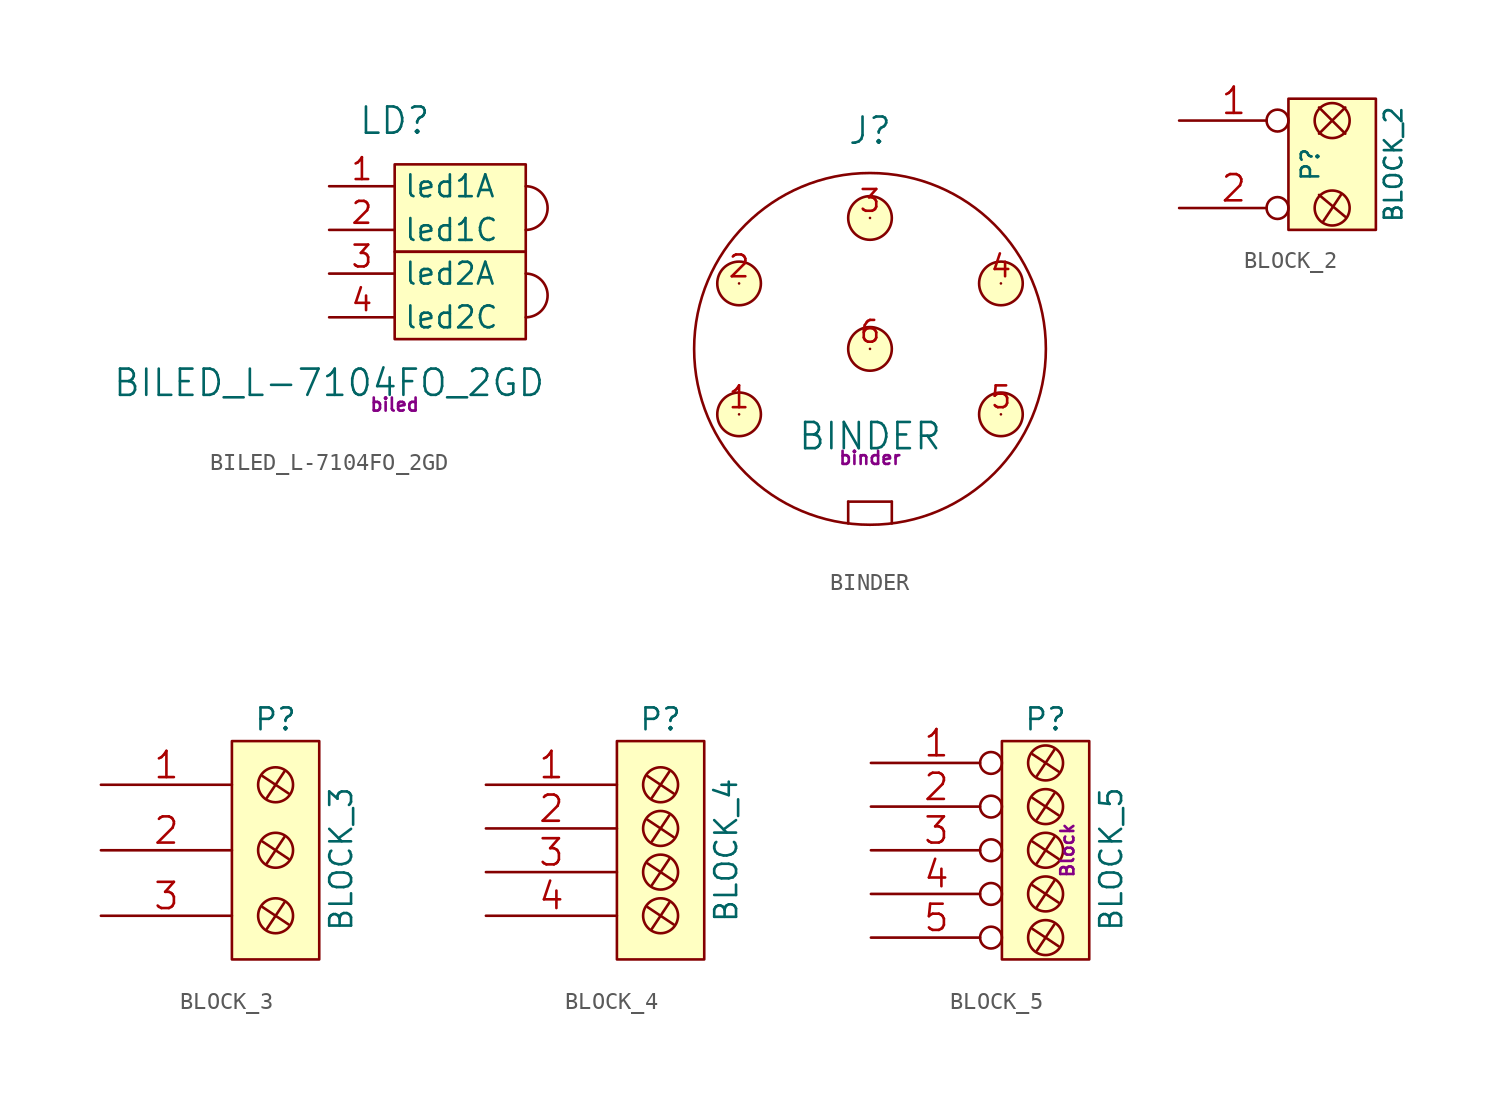
<source format=kicad_sym>
(kicad_symbol_lib
  (version 20220914)
  (generator kicad_symbol_editor)
  (symbol "BILED_L-7104FO_2GD"
    (property "Reference" "LD"
      (at 0 7.62 0)
      (effects (font (size 1.524 1.524))))
    (property "Value" "BILED_L-7104FO_2GD"
      (at -3.81 -7.62 0)
      (effects (font (size 1.524 1.524))))
    (property "Footprint" "biled"
      (at 0 -8.89 0)
      (effects (font (size 0.762 0.762))))
    (property "Datasheet" ""
      (at 0 0 0)
      (effects (font (size 1.524 1.524))))
    (symbol "BILED_L-7104FO_2GD_0_1"
      (rectangle (start 0 0) (end 7.62 -5.08) (stroke (width 0) (type default)) (fill (type background)))
      (rectangle (start 0 5.08) (end 7.62 0) (stroke (width 0) (type default)) (fill (type background)))
      (arc (start 7.62 -3.81) (mid 8.8845 -2.54) (end 7.62 -1.27) (stroke (width 0) (type default)) (fill (type none)))
      (arc (start 7.62 1.27) (mid 8.8845 2.54) (end 7.62 3.81) (stroke (width 0) (type default)) (fill (type none))))
    (symbol "BILED_L-7104FO_2GD_1_1"
      (pin input line (at -3.81 3.81 0) (length 3.81) (name "led1A" (effects (font (size 1.27 1.27)))) (number "1" (effects (font (size 1.27 1.27)))))
      (pin input line (at -3.81 1.27 0) (length 3.81) (name "led1C" (effects (font (size 1.27 1.27)))) (number "2" (effects (font (size 1.27 1.27)))))
      (pin input line (at -3.81 -1.27 0) (length 3.81) (name "led2A" (effects (font (size 1.27 1.27)))) (number "3" (effects (font (size 1.27 1.27)))))
      (pin input line (at -3.81 -3.81 0) (length 3.81) (name "led2C" (effects (font (size 1.27 1.27)))) (number "4" (effects (font (size 1.27 1.27)))))))
  (symbol "BINDER"
    (pin_names
      (offset 1.016) hide)
    (property "Reference" "J"
      (at 0 12.7 0)
      (effects (font (size 1.524 1.524))))
    (property "Value" "BINDER"
      (at 0 -5.08 0)
      (effects (font (size 1.524 1.524))))
    (property "Footprint" "binder"
      (at 0 -6.35 0)
      (effects (font (size 0.762 0.762))))
    (property "Datasheet" ""
      (at 0 0 0)
      (effects (font (size 1.524 1.524))))
    (symbol "BINDER_0_1"
      (circle (center -7.62 -3.81) (radius 1.27) (stroke (width 0) (type default)) (fill (type background)))
      (circle (center -7.62 3.81) (radius 1.27) (stroke (width 0) (type default)) (fill (type background)))
      (rectangle (start -1.27 -10.16) (end -1.27 -8.89) (stroke (width 0) (type default)) (fill (type none)))
      (rectangle (start -1.27 -8.89) (end 1.27 -8.89) (stroke (width 0) (type default)) (fill (type none)))
      (circle (center 0 0) (radius 1.27) (stroke (width 0) (type default)) (fill (type background)))
      (circle (center 0 0) (radius 10.236) (stroke (width 0) (type default)) (fill (type none)))
      (circle (center 0 7.62) (radius 1.27) (stroke (width 0) (type default)) (fill (type background)))
      (rectangle (start 1.27 -8.89) (end 1.27 -10.16) (stroke (width 0) (type default)) (fill (type none)))
      (circle (center 7.62 -3.81) (radius 1.27) (stroke (width 0) (type default)) (fill (type background)))
      (circle (center 7.62 3.81) (radius 1.27) (stroke (width 0) (type default)) (fill (type background))))
    (symbol "BINDER_1_1"
      (pin input line (at -7.62 -3.81 180) (length 0) (name "~" (effects (font (size 1.27 1.27)))) (number "1" (effects (font (size 1.27 1.27)))))
      (pin input line (at -7.62 3.81 180) (length 0) (name "~" (effects (font (size 1.27 1.27)))) (number "2" (effects (font (size 1.27 1.27)))))
      (pin input line (at 0 7.62 180) (length 0) (name "~" (effects (font (size 1.27 1.27)))) (number "3" (effects (font (size 1.27 1.27)))))
      (pin input line (at 7.62 3.81 180) (length 0) (name "~" (effects (font (size 1.27 1.27)))) (number "4" (effects (font (size 1.27 1.27)))))
      (pin input line (at 7.62 -3.81 180) (length 0) (name "~" (effects (font (size 1.27 1.27)))) (number "5" (effects (font (size 1.27 1.27)))))
      (pin input line (at 0 0 180) (length 0) (name "~" (effects (font (size 1.27 1.27)))) (number "6" (effects (font (size 1.27 1.27)))))))
  (symbol "BLOCK_2"
    (pin_names
      (offset 1.016) hide)
    (property "Reference" "P"
      (at -1.27 0 90)
      (effects (font (size 1.016 1.016))))
    (property "Value" "BLOCK_2"
      (at 3.556 0 90)
      (effects (font (size 1.016 1.016))))
    (property "Footprint" ""
      (at 0 0 0)
      (effects (font (size 0.762 0.762))))
    (property "Datasheet" ""
      (at 0 0 0)
      (effects (font (size 1.524 1.524))))
    (symbol "BLOCK_2_0_1"
      (rectangle (start -2.54 3.81) (end 2.54 -3.81) (stroke (width 0) (type default)) (fill (type background)))
      (circle (center 0 -2.54) (radius 1.016) (stroke (width 0) (type default)) (fill (type none)))
      (polyline (pts (xy -0.762 -1.778) (xy 0.762 -3.048)) (stroke (width 0) (type default)) (fill (type none)))
      (polyline (pts (xy -0.762 3.302) (xy 0.762 1.778)) (stroke (width 0) (type default)) (fill (type none)))
      (polyline (pts (xy 0.508 -1.778) (xy -0.508 -3.302)) (stroke (width 0) (type default)) (fill (type none)))
      (polyline (pts (xy 0.762 3.302) (xy -0.762 1.778)) (stroke (width 0) (type default)) (fill (type none)))
      (circle (center 0 2.54) (radius 1.016) (stroke (width 0) (type default)) (fill (type none))))
    (symbol "BLOCK_2_1_1"
      (pin passive inverted (at -8.89 2.54 0) (length 6.35) (name "P1" (effects (font (size 1.524 1.524)))) (number "1" (effects (font (size 1.524 1.524)))))
      (pin passive inverted (at -8.89 -2.54 0) (length 6.35) (name "PM" (effects (font (size 1.524 1.524)))) (number "2" (effects (font (size 1.524 1.524)))))))
  (symbol "BLOCK_3"
    (pin_names
      (offset 1.016))
    (property "Reference" "P"
      (at 0 7.62 0)
      (effects (font (size 1.27 1.27))))
    (property "Value" "BLOCK_3"
      (at 3.81 -0.508 90)
      (effects (font (size 1.27 1.27))))
    (property "Footprint" ""
      (at 0 -3.81 0)
      (effects (font (size 1.524 1.524))))
    (property "Datasheet" ""
      (at 0 -3.81 0)
      (effects (font (size 1.524 1.524))))
    (symbol "BLOCK_3_0_1"
      (rectangle (start -2.54 6.35) (end 2.54 -6.35) (stroke (width 0) (type default)) (fill (type background)))
      (circle (center 0 -3.81) (radius 1.016) (stroke (width 0) (type default)) (fill (type none)))
      (polyline (pts (xy -0.762 -3.302) (xy 0.762 -4.318)) (stroke (width 0) (type default)) (fill (type none)))
      (polyline (pts (xy -0.762 0.508) (xy 0.762 -0.508)) (stroke (width 0) (type default)) (fill (type none)))
      (polyline (pts (xy -0.762 4.318) (xy 0.762 3.302)) (stroke (width 0) (type default)) (fill (type none)))
      (polyline (pts (xy 0.508 -3.048) (xy -0.508 -4.572)) (stroke (width 0) (type default)) (fill (type none)))
      (polyline (pts (xy 0.508 0.762) (xy -0.508 -0.762)) (stroke (width 0) (type default)) (fill (type none)))
      (polyline (pts (xy 0.508 4.572) (xy -0.508 3.048)) (stroke (width 0) (type default)) (fill (type none)))
      (circle (center 0 0) (radius 1.016) (stroke (width 0) (type default)) (fill (type none)))
      (circle (center 0 3.81) (radius 1.016) (stroke (width 0) (type default)) (fill (type none))))
    (symbol "BLOCK_3_1_1"
      (pin passive line (at -10.16 3.81 0) (length 7.62) (name "~" (effects (font (size 1.524 1.524)))) (number "1" (effects (font (size 1.524 1.524)))))
      (pin passive line (at -10.16 0 0) (length 7.62) (name "~" (effects (font (size 1.524 1.524)))) (number "2" (effects (font (size 1.524 1.524)))))
      (pin passive line (at -10.16 -3.81 0) (length 7.62) (name "~" (effects (font (size 1.524 1.524)))) (number "3" (effects (font (size 1.524 1.524)))))))
  (symbol "BLOCK_4"
    (pin_names
      (offset 1.016))
    (property "Reference" "P"
      (at 0 7.62 0)
      (effects (font (size 1.27 1.27))))
    (property "Value" "BLOCK_4"
      (at 3.81 0 90)
      (effects (font (size 1.27 1.27))))
    (property "Footprint" ""
      (at 0 -1.27 0)
      (effects (font (size 1.524 1.524))))
    (property "Datasheet" ""
      (at 0 -1.27 0)
      (effects (font (size 1.524 1.524))))
    (symbol "BLOCK_4_0_1"
      (rectangle (start -2.54 6.35) (end 2.54 -6.35) (stroke (width 0) (type default)) (fill (type background)))
      (circle (center 0 -3.81) (radius 1.016) (stroke (width 0) (type default)) (fill (type none)))
      (circle (center 0 -1.27) (radius 1.016) (stroke (width 0) (type default)) (fill (type none)))
      (polyline (pts (xy -0.762 -3.302) (xy 0.762 -4.318)) (stroke (width 0) (type default)) (fill (type none)))
      (polyline (pts (xy -0.762 -0.762) (xy 0.762 -1.778)) (stroke (width 0) (type default)) (fill (type none)))
      (polyline (pts (xy -0.762 1.778) (xy 0.762 0.762)) (stroke (width 0) (type default)) (fill (type none)))
      (polyline (pts (xy -0.762 4.318) (xy 0.762 3.302)) (stroke (width 0) (type default)) (fill (type none)))
      (polyline (pts (xy 0.508 -3.048) (xy -0.508 -4.572)) (stroke (width 0) (type default)) (fill (type none)))
      (polyline (pts (xy 0.508 -0.508) (xy -0.508 -2.032)) (stroke (width 0) (type default)) (fill (type none)))
      (polyline (pts (xy 0.508 2.032) (xy -0.508 0.508)) (stroke (width 0) (type default)) (fill (type none)))
      (polyline (pts (xy 0.508 4.572) (xy -0.508 3.048)) (stroke (width 0) (type default)) (fill (type none)))
      (circle (center 0 1.27) (radius 1.016) (stroke (width 0) (type default)) (fill (type none)))
      (circle (center 0 3.81) (radius 1.016) (stroke (width 0) (type default)) (fill (type none))))
    (symbol "BLOCK_4_1_1"
      (pin passive line (at -10.16 3.81 0) (length 7.62) (name "~" (effects (font (size 1.524 1.524)))) (number "1" (effects (font (size 1.524 1.524)))))
      (pin passive line (at -10.16 1.27 0) (length 7.62) (name "~" (effects (font (size 1.524 1.524)))) (number "2" (effects (font (size 1.524 1.524)))))
      (pin passive line (at -10.16 -1.27 0) (length 7.62) (name "~" (effects (font (size 1.524 1.524)))) (number "3" (effects (font (size 1.524 1.524)))))
      (pin passive line (at -10.16 -3.81 0) (length 7.62) (name "~" (effects (font (size 1.524 1.524)))) (number "4" (effects (font (size 1.524 1.524)))))))
  (symbol "BLOCK_5"
    (pin_names
      (offset 1.016))
    (property "Reference" "P"
      (at 0 7.62 0)
      (effects (font (size 1.27 1.27))))
    (property "Value" "BLOCK_5"
      (at 3.81 -0.508 90)
      (effects (font (size 1.27 1.27))))
    (property "Footprint" "Block"
      (at 1.27 0 90)
      (effects (font (size 0.762 0.762))))
    (property "Datasheet" ""
      (at 0 0 0)
      (effects (font (size 1.524 1.524))))
    (symbol "BLOCK_5_0_1"
      (rectangle (start -2.54 6.35) (end 2.54 -6.35) (stroke (width 0) (type default)) (fill (type background)))
      (circle (center 0 -5.08) (radius 1.016) (stroke (width 0) (type default)) (fill (type none)))
      (circle (center 0 -2.54) (radius 1.016) (stroke (width 0) (type default)) (fill (type none)))
      (polyline (pts (xy -0.762 -4.572) (xy 0.762 -5.588)) (stroke (width 0) (type default)) (fill (type none)))
      (polyline (pts (xy -0.762 -2.032) (xy 0.762 -3.048)) (stroke (width 0) (type default)) (fill (type none)))
      (polyline (pts (xy -0.762 0.508) (xy 0.762 -0.508)) (stroke (width 0) (type default)) (fill (type none)))
      (polyline (pts (xy -0.762 3.048) (xy 0.762 2.032)) (stroke (width 0) (type default)) (fill (type none)))
      (polyline (pts (xy -0.762 5.588) (xy 0.762 4.572)) (stroke (width 0) (type default)) (fill (type none)))
      (polyline (pts (xy 0.508 -4.318) (xy -0.508 -5.842)) (stroke (width 0) (type default)) (fill (type none)))
      (polyline (pts (xy 0.508 -1.778) (xy -0.508 -3.302)) (stroke (width 0) (type default)) (fill (type none)))
      (polyline (pts (xy 0.508 0.762) (xy -0.508 -0.762)) (stroke (width 0) (type default)) (fill (type none)))
      (polyline (pts (xy 0.508 3.302) (xy -0.508 1.778)) (stroke (width 0) (type default)) (fill (type none)))
      (polyline (pts (xy 0.508 5.842) (xy -0.508 4.318)) (stroke (width 0) (type default)) (fill (type none)))
      (circle (center 0 0) (radius 1.016) (stroke (width 0) (type default)) (fill (type none)))
      (circle (center 0 2.54) (radius 1.016) (stroke (width 0) (type default)) (fill (type none)))
      (circle (center 0 5.08) (radius 1.016) (stroke (width 0) (type default)) (fill (type none))))
    (symbol "BLOCK_5_1_1"
      (pin passive inverted (at -10.16 5.08 0) (length 7.62) (name "~" (effects (font (size 1.524 1.524)))) (number "1" (effects (font (size 1.524 1.524)))))
      (pin passive inverted (at -10.16 2.54 0) (length 7.62) (name "~" (effects (font (size 1.524 1.524)))) (number "2" (effects (font (size 1.524 1.524)))))
      (pin passive inverted (at -10.16 0 0) (length 7.62) (name "~" (effects (font (size 1.524 1.524)))) (number "3" (effects (font (size 1.524 1.524)))))
      (pin passive inverted (at -10.16 -2.54 0) (length 7.62) (name "~" (effects (font (size 1.524 1.524)))) (number "4" (effects (font (size 1.524 1.524)))))
      (pin passive inverted (at -10.16 -5.08 0) (length 7.62) (name "~" (effects (font (size 1.524 1.524)))) (number "5" (effects (font (size 1.524 1.524))))))))
</source>
